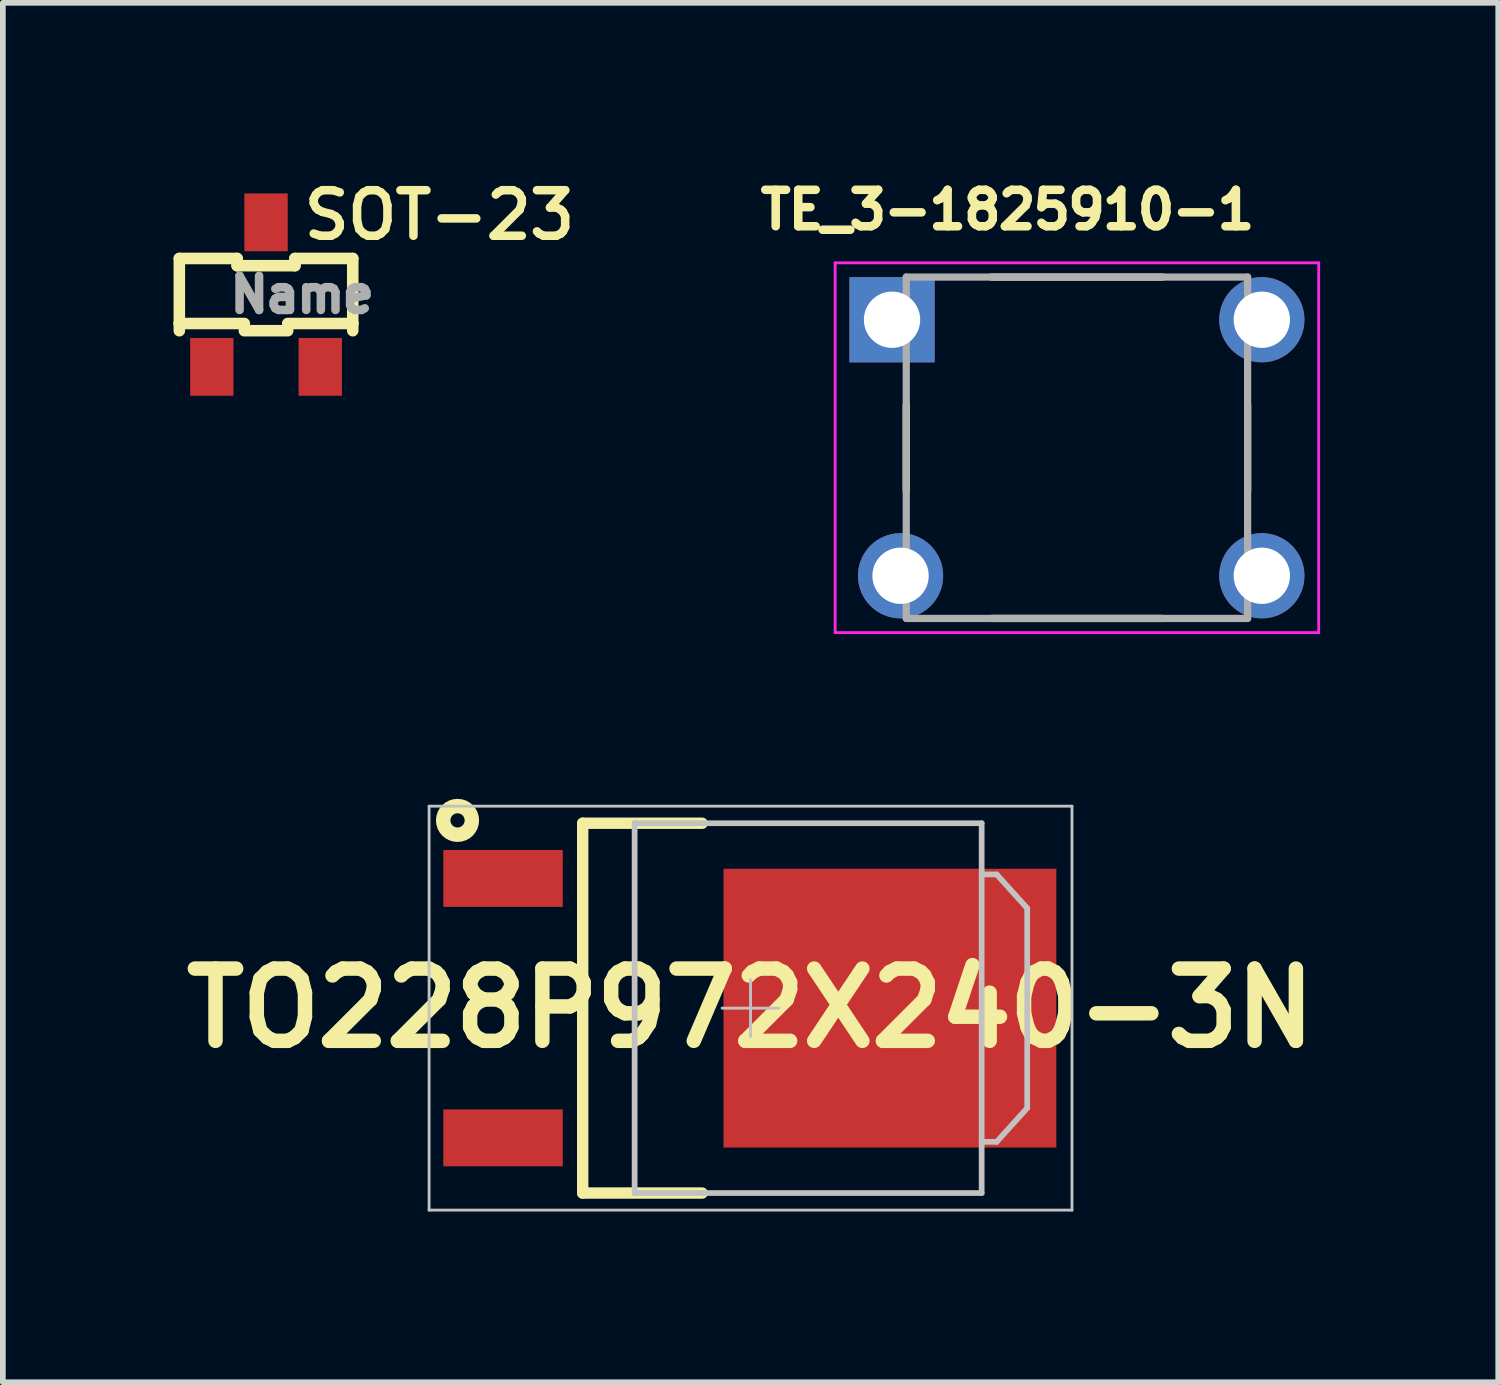
<source format=kicad_pcb>
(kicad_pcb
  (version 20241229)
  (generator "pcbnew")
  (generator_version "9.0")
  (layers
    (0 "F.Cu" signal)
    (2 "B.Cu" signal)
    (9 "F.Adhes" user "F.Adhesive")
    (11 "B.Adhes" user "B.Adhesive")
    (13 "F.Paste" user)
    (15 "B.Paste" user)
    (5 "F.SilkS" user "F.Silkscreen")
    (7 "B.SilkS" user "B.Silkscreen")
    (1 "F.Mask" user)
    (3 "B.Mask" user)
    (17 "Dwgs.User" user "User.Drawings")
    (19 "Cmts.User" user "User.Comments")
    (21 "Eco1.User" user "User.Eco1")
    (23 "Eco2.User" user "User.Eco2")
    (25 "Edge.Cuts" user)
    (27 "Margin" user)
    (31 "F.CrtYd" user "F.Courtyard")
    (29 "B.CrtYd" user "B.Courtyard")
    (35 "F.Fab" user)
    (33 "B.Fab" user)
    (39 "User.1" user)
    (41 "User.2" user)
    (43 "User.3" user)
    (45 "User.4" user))
  (footprint "TE_3-1825910-1"
    (layer "F.Cu")
    (at 15.879 4.82)
    (property "Reference" "TE_3-1825910-1" (at -1.22 -4.182 0) (layer "F.SilkS") (effects (font (size 0.641 0.641) (thickness 0.15))))
    (attr through_hole)
    (fp_line (start -3 0.75) (end -3 -0.75) (stroke (width 0.127) (type solid)) (layer "F.SilkS"))
    (fp_line (start -1.5 -3) (end 1.5 -3) (stroke (width 0.127) (type solid)) (layer "F.SilkS"))
    (fp_line (start -1.5 3) (end 1.5 3) (stroke (width 0.127) (type solid)) (layer "F.SilkS"))
    (fp_line (start 3 -0.75) (end 3 0.75) (stroke (width 0.127) (type solid)) (layer "F.SilkS"))
    (fp_line (start -4.25 -3.25) (end 4.25 -3.25) (stroke (width 0.05) (type solid)) (layer "F.CrtYd"))
    (fp_line (start -4.25 3.25) (end -4.25 -3.25) (stroke (width 0.05) (type solid)) (layer "F.CrtYd"))
    (fp_line (start 4.25 -3.25) (end 4.25 3.25) (stroke (width 0.05) (type solid)) (layer "F.CrtYd"))
    (fp_line (start 4.25 3.25) (end -4.25 3.25) (stroke (width 0.05) (type solid)) (layer "F.CrtYd"))
    (fp_line (start -3 -3) (end 3 -3) (stroke (width 0.127) (type solid)) (layer "F.Fab"))
    (fp_line (start -3 3) (end -3 -3) (stroke (width 0.127) (type solid)) (layer "F.Fab"))
    (fp_line (start 3 -3) (end 3 3) (stroke (width 0.127) (type solid)) (layer "F.Fab"))
    (fp_line (start 3 3) (end -3 3) (stroke (width 0.127) (type solid)) (layer "F.Fab"))
    (pad "1" thru_hole rect (at -3.25 -2.25) (size 1.498 1.498) (drill 0.99) (layers "*.Cu" "*.Mask"))
    (pad "2" thru_hole circle (at 3.25 -2.25) (size 1.498 1.498) (drill 0.99) (layers "*.Cu" "*.Mask"))
    (pad "3" thru_hole circle (at -3.1 2.25) (size 1.498 1.498) (drill 0.99) (layers "*.Cu" "*.Mask"))
    (pad "4" thru_hole circle (at 3.25 2.25) (size 1.498 1.498) (drill 0.99) (layers "*.Cu" "*.Mask")))
  (footprint "SOT-23"
    (layer "F.Cu")
    (at 1.626 2.128)
    (property "Reference" "SOT-23" (at 3.048 -1.397 0) (layer "F.SilkS") (effects (font (size 0.8 0.8) (thickness 0.15))))
    (attr smd)
    (fp_line (start -1.524 -0.635) (end -0.508 -0.635) (stroke (width 0.203) (type solid)) (layer "F.SilkS"))
    (fp_line (start -1.524 0.508) (end -1.524 -0.635) (stroke (width 0.203) (type solid)) (layer "F.SilkS"))
    (fp_line (start -1.524 0.635) (end -1.524 0.508) (stroke (width 0.203) (type solid)) (layer "F.SilkS"))
    (fp_line (start -0.508 -0.635) (end -0.508 -0.508) (stroke (width 0.203) (type solid)) (layer "F.SilkS"))
    (fp_line (start -0.508 -0.508) (end 0.508 -0.508) (stroke (width 0.203) (type solid)) (layer "F.SilkS"))
    (fp_line (start -0.381 0.508) (end -1.524 0.508) (stroke (width 0.203) (type solid)) (layer "F.SilkS"))
    (fp_line (start 0.381 0.508) (end 1.524 0.508) (stroke (width 0.203) (type solid)) (layer "F.SilkS"))
    (fp_line (start 0.381 0.635) (end -0.381 0.635) (stroke (width 0.203) (type solid)) (layer "F.SilkS"))
    (fp_line (start 0.508 -0.635) (end 1.524 -0.635) (stroke (width 0.203) (type solid)) (layer "F.SilkS"))
    (fp_line (start 0.508 -0.508) (end 0.508 -0.635) (stroke (width 0.203) (type solid)) (layer "F.SilkS"))
    (fp_line (start 1.524 -0.635) (end 1.524 0.508) (stroke (width 0.203) (type solid)) (layer "F.SilkS"))
    (fp_line (start 1.524 0.508) (end 1.524 0.635) (stroke (width 0.203) (type solid)) (layer "F.SilkS"))
    (fp_text user "Name" (at 0.635 0 0) (layer "F.Fab") (effects (font (size 0.6 0.6) (thickness 0.15))))
    (pad "1" smd rect (at 0 -1.27) (size 0.762 1.016) (layers "F.Cu" "F.Mask" "F.Paste"))
    (pad "2" smd rect (at -0.953 1.27) (size 0.762 1.016) (layers "F.Cu" "F.Mask" "F.Paste"))
    (pad "3" smd rect (at 0.953 1.27) (size 0.762 1.016) (layers "F.Cu" "F.Mask" "F.Paste")))
  (footprint "TO228P972X240-3N"
    (layer "F.Cu")
    (at 10.142 14.67)
    (property "Reference" "TO228P972X240-3N" (at 0 0 0) (layer "F.SilkS") (effects (font (size 1.27 1.27) (thickness 0.254))))
    (attr smd)
    (fp_line (start -2.95 -3.25) (end -0.85 -3.25) (stroke (width 0.2) (type solid)) (layer "F.SilkS"))
    (fp_line (start -2.95 3.25) (end -2.95 -3.25) (stroke (width 0.2) (type solid)) (layer "F.SilkS"))
    (fp_line (start -0.85 3.25) (end -2.95 3.25) (stroke (width 0.2) (type solid)) (layer "F.SilkS"))
    (fp_circle (center -5.15 -3.3) (end -5.275 -3.3) (stroke (width 0.254) (type solid)) (fill no) (layer "F.SilkS"))
    (fp_line (start -5.65 -3.55) (end -5.65 3.55) (stroke (width 0.05) (type solid)) (layer "Dwgs.User"))
    (fp_line (start -5.65 3.55) (end 5.65 3.55) (stroke (width 0.05) (type solid)) (layer "Dwgs.User"))
    (fp_line (start -2.088 -3.3) (end -2.088 3.3) (stroke (width 0.001) (type solid)) (layer "Dwgs.User"))
    (fp_line (start -2.088 3.3) (end 4.112 3.3) (stroke (width 0.001) (type solid)) (layer "Dwgs.User"))
    (fp_line (start -2.037 -3.25) (end -2.037 3.25) (stroke (width 0.1) (type solid)) (layer "Dwgs.User"))
    (fp_line (start -2.037 3.25) (end 4.062 3.25) (stroke (width 0.1) (type solid)) (layer "Dwgs.User"))
    (fp_line (start -0.5 0) (end 0.5 0) (stroke (width 0.05) (type solid)) (layer "Dwgs.User"))
    (fp_line (start 0 0.5) (end 0 -0.5) (stroke (width 0.05) (type solid)) (layer "Dwgs.User"))
    (fp_line (start 4.062 -3.25) (end -2.037 -3.25) (stroke (width 0.1) (type solid)) (layer "Dwgs.User"))
    (fp_line (start 4.062 2.35) (end 4.326 2.35) (stroke (width 0.1) (type solid)) (layer "Dwgs.User"))
    (fp_line (start 4.062 3.25) (end 4.062 -3.25) (stroke (width 0.1) (type solid)) (layer "Dwgs.User"))
    (fp_line (start 4.112 -3.3) (end -2.088 -3.3) (stroke (width 0.001) (type solid)) (layer "Dwgs.User"))
    (fp_line (start 4.112 3.3) (end 4.112 -3.3) (stroke (width 0.001) (type solid)) (layer "Dwgs.User"))
    (fp_line (start 4.326 2.35) (end 4.863 1.756) (stroke (width 0.1) (type solid)) (layer "Dwgs.User"))
    (fp_line (start 4.327 -2.35) (end 4.063 -2.35) (stroke (width 0.1) (type solid)) (layer "Dwgs.User"))
    (fp_line (start 4.863 -1.756) (end 4.327 -2.35) (stroke (width 0.1) (type solid)) (layer "Dwgs.User"))
    (fp_line (start 4.863 1.756) (end 4.863 -1.756) (stroke (width 0.1) (type solid)) (layer "Dwgs.User"))
    (fp_line (start 5.65 -3.55) (end -5.65 -3.55) (stroke (width 0.05) (type solid)) (layer "Dwgs.User"))
    (fp_line (start 5.65 3.55) (end 5.65 -3.55) (stroke (width 0.05) (type solid)) (layer "Dwgs.User"))
    (pad "1" smd rect (at -4.35 -2.28 90) (size 1 2.1) (layers "F.Cu" "F.Mask" "F.Paste"))
    (pad "3" smd rect (at -4.35 2.28 90) (size 1 2.1) (layers "F.Cu" "F.Mask" "F.Paste"))
    (pad "4" smd rect (at 2.45 0 90) (size 4.9 5.85) (layers "F.Cu" "F.Mask" "F.Paste")))
  (gr_rect
    (start -3 -3)
    (end 23.284 21.245)
    (stroke (width 0.1) (type default))
    (fill no)
    (layer "Edge.Cuts")))
</source>
